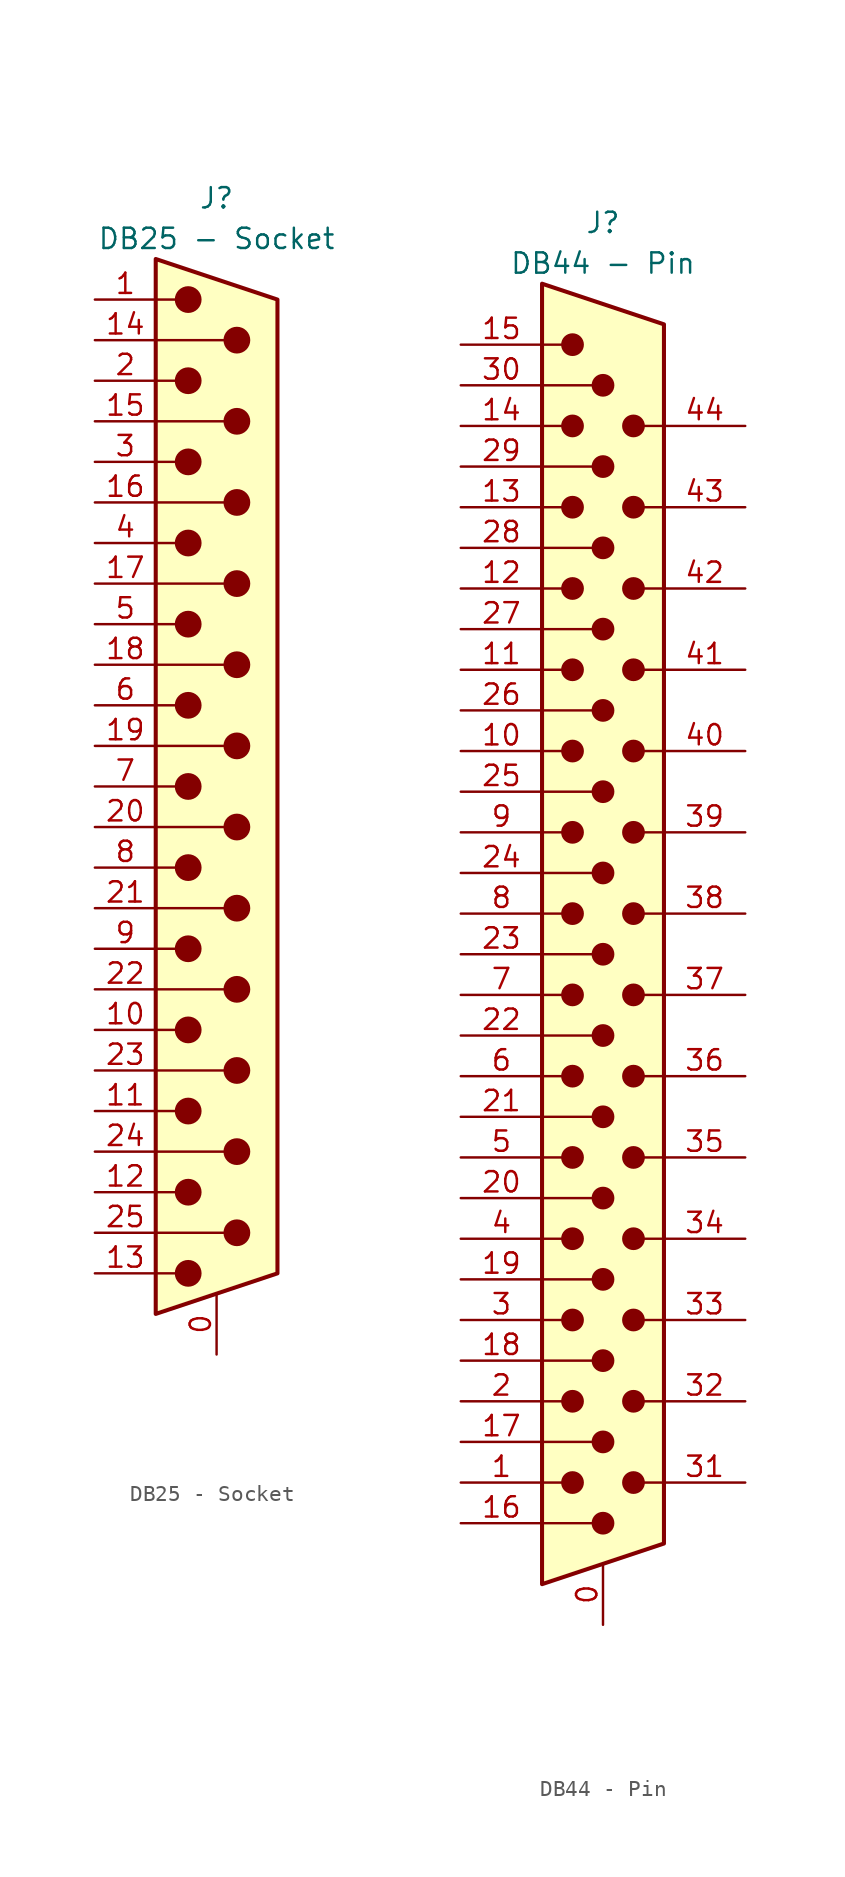
<source format=kicad_sym>
(kicad_symbol_lib
  (version 20220914)
  (generator kicad_symbol_editor)
  (symbol "DB25 - Socket"
    (pin_names
      (offset 1.016) hide)
    (property "Reference" "J"
      (at 0 34.29 0)
      (effects (font (size 1.27 1.27))))
    (property "Value" "DB25 - Socket"
      (at 0 31.75 0)
      (effects (font (size 1.27 1.27))))
    (symbol "DB25 - Socket_0_1"
      (circle (center -1.778 -33.02) (radius 0.762) (stroke (width 0) (type default)) (fill (type outline)))
      (circle (center -1.778 -27.94) (radius 0.762) (stroke (width 0) (type default)) (fill (type outline)))
      (circle (center -1.778 -22.86) (radius 0.762) (stroke (width 0) (type default)) (fill (type outline)))
      (circle (center -1.778 -17.78) (radius 0.762) (stroke (width 0) (type default)) (fill (type outline)))
      (circle (center -1.778 -12.7) (radius 0.762) (stroke (width 0) (type default)) (fill (type outline)))
      (circle (center -1.778 -7.62) (radius 0.762) (stroke (width 0) (type default)) (fill (type outline)))
      (circle (center -1.778 -2.54) (radius 0.762) (stroke (width 0) (type default)) (fill (type outline)))
      (circle (center -1.778 2.54) (radius 0.762) (stroke (width 0) (type default)) (fill (type outline)))
      (circle (center -1.778 7.62) (radius 0.762) (stroke (width 0) (type default)) (fill (type outline)))
      (circle (center -1.778 12.7) (radius 0.762) (stroke (width 0) (type default)) (fill (type outline)))
      (circle (center -1.778 17.78) (radius 0.762) (stroke (width 0) (type default)) (fill (type outline)))
      (circle (center -1.778 22.86) (radius 0.762) (stroke (width 0) (type default)) (fill (type outline)))
      (circle (center -1.778 27.94) (radius 0.762) (stroke (width 0) (type default)) (fill (type outline)))
      (polyline (pts (xy -3.81 -33.02) (xy -1.27 -33.02)) (stroke (width 0) (type default)) (fill (type none)))
      (polyline (pts (xy -3.81 -30.48) (xy 1.27 -30.48)) (stroke (width 0) (type default)) (fill (type none)))
      (polyline (pts (xy -3.81 -27.94) (xy -1.27 -27.94)) (stroke (width 0) (type default)) (fill (type none)))
      (polyline (pts (xy -3.81 -25.4) (xy 1.27 -25.4)) (stroke (width 0) (type default)) (fill (type none)))
      (polyline (pts (xy -3.81 -22.86) (xy -1.27 -22.86)) (stroke (width 0) (type default)) (fill (type none)))
      (polyline (pts (xy -3.81 -20.32) (xy 1.27 -20.32)) (stroke (width 0) (type default)) (fill (type none)))
      (polyline (pts (xy -3.81 -17.78) (xy -1.27 -17.78)) (stroke (width 0) (type default)) (fill (type none)))
      (polyline (pts (xy -3.81 -15.24) (xy 1.27 -15.24)) (stroke (width 0) (type default)) (fill (type none)))
      (polyline (pts (xy -3.81 -12.7) (xy -1.27 -12.7)) (stroke (width 0) (type default)) (fill (type none)))
      (polyline (pts (xy -3.81 -10.16) (xy 1.27 -10.16)) (stroke (width 0) (type default)) (fill (type none)))
      (polyline (pts (xy -3.81 -7.62) (xy -1.27 -7.62)) (stroke (width 0) (type default)) (fill (type none)))
      (polyline (pts (xy -3.81 -5.08) (xy 1.27 -5.08)) (stroke (width 0) (type default)) (fill (type none)))
      (polyline (pts (xy -3.81 -2.54) (xy -1.27 -2.54)) (stroke (width 0) (type default)) (fill (type none)))
      (polyline (pts (xy -3.81 0) (xy 1.27 0)) (stroke (width 0) (type default)) (fill (type none)))
      (polyline (pts (xy -3.81 2.54) (xy -1.27 2.54)) (stroke (width 0) (type default)) (fill (type none)))
      (polyline (pts (xy -3.81 5.08) (xy 1.27 5.08)) (stroke (width 0) (type default)) (fill (type none)))
      (polyline (pts (xy -3.81 7.62) (xy -1.27 7.62)) (stroke (width 0) (type default)) (fill (type none)))
      (polyline (pts (xy -3.81 10.16) (xy 1.27 10.16)) (stroke (width 0) (type default)) (fill (type none)))
      (polyline (pts (xy -3.81 12.7) (xy -1.27 12.7)) (stroke (width 0) (type default)) (fill (type none)))
      (polyline (pts (xy -3.81 15.24) (xy 1.27 15.24)) (stroke (width 0) (type default)) (fill (type none)))
      (polyline (pts (xy -3.81 17.78) (xy -1.27 17.78)) (stroke (width 0) (type default)) (fill (type none)))
      (polyline (pts (xy -3.81 20.32) (xy 1.27 20.32)) (stroke (width 0) (type default)) (fill (type none)))
      (polyline (pts (xy -3.81 22.86) (xy -1.27 22.86)) (stroke (width 0) (type default)) (fill (type none)))
      (polyline (pts (xy -3.81 25.4) (xy 1.27 25.4)) (stroke (width 0) (type default)) (fill (type none)))
      (polyline (pts (xy -3.81 27.94) (xy -1.27 27.94)) (stroke (width 0) (type default)) (fill (type none)))
      (polyline (pts (xy -3.81 30.48) (xy -3.81 -35.56) (xy 3.81 -33.02) (xy 3.81 27.94) (xy -3.81 30.48)) (stroke (width 0.254) (type default)) (fill (type background)))
      (circle (center 1.27 -30.48) (radius 0.762) (stroke (width 0) (type default)) (fill (type outline)))
      (circle (center 1.27 -25.4) (radius 0.762) (stroke (width 0) (type default)) (fill (type outline)))
      (circle (center 1.27 -20.32) (radius 0.762) (stroke (width 0) (type default)) (fill (type outline)))
      (circle (center 1.27 -15.24) (radius 0.762) (stroke (width 0) (type default)) (fill (type outline)))
      (circle (center 1.27 -10.16) (radius 0.762) (stroke (width 0) (type default)) (fill (type outline)))
      (circle (center 1.27 -5.08) (radius 0.762) (stroke (width 0) (type default)) (fill (type outline)))
      (circle (center 1.27 0) (radius 0.762) (stroke (width 0) (type default)) (fill (type outline)))
      (circle (center 1.27 5.08) (radius 0.762) (stroke (width 0) (type default)) (fill (type outline)))
      (circle (center 1.27 10.16) (radius 0.762) (stroke (width 0) (type default)) (fill (type outline)))
      (circle (center 1.27 15.24) (radius 0.762) (stroke (width 0) (type default)) (fill (type outline)))
      (circle (center 1.27 20.32) (radius 0.762) (stroke (width 0) (type default)) (fill (type outline)))
      (circle (center 1.27 25.4) (radius 0.762) (stroke (width 0) (type default)) (fill (type outline))))
    (symbol "DB25 - Socket_1_1"
      (pin passive line (at 0 -38.1 90) (length 3.81) (name "0" (effects (font (size 1.27 1.27)))) (number "0" (effects (font (size 1.27 1.27)))))
      (pin passive line (at -7.62 27.94 0) (length 3.81) (name "1" (effects (font (size 1.27 1.27)))) (number "1" (effects (font (size 1.27 1.27)))))
      (pin passive line (at -7.62 -17.78 0) (length 3.81) (name "10" (effects (font (size 1.27 1.27)))) (number "10" (effects (font (size 1.27 1.27)))))
      (pin passive line (at -7.62 -22.86 0) (length 3.81) (name "11" (effects (font (size 1.27 1.27)))) (number "11" (effects (font (size 1.27 1.27)))))
      (pin passive line (at -7.62 -27.94 0) (length 3.81) (name "12" (effects (font (size 1.27 1.27)))) (number "12" (effects (font (size 1.27 1.27)))))
      (pin passive line (at -7.62 -33.02 0) (length 3.81) (name "13" (effects (font (size 1.27 1.27)))) (number "13" (effects (font (size 1.27 1.27)))))
      (pin passive line (at -7.62 25.4 0) (length 3.81) (name "14" (effects (font (size 1.27 1.27)))) (number "14" (effects (font (size 1.27 1.27)))))
      (pin passive line (at -7.62 20.32 0) (length 3.81) (name "15" (effects (font (size 1.27 1.27)))) (number "15" (effects (font (size 1.27 1.27)))))
      (pin passive line (at -7.62 15.24 0) (length 3.81) (name "16" (effects (font (size 1.27 1.27)))) (number "16" (effects (font (size 1.27 1.27)))))
      (pin passive line (at -7.62 10.16 0) (length 3.81) (name "17" (effects (font (size 1.27 1.27)))) (number "17" (effects (font (size 1.27 1.27)))))
      (pin passive line (at -7.62 5.08 0) (length 3.81) (name "18" (effects (font (size 1.27 1.27)))) (number "18" (effects (font (size 1.27 1.27)))))
      (pin passive line (at -7.62 0 0) (length 3.81) (name "19" (effects (font (size 1.27 1.27)))) (number "19" (effects (font (size 1.27 1.27)))))
      (pin passive line (at -7.62 22.86 0) (length 3.81) (name "2" (effects (font (size 1.27 1.27)))) (number "2" (effects (font (size 1.27 1.27)))))
      (pin passive line (at -7.62 -5.08 0) (length 3.81) (name "20" (effects (font (size 1.27 1.27)))) (number "20" (effects (font (size 1.27 1.27)))))
      (pin passive line (at -7.62 -10.16 0) (length 3.81) (name "21" (effects (font (size 1.27 1.27)))) (number "21" (effects (font (size 1.27 1.27)))))
      (pin passive line (at -7.62 -15.24 0) (length 3.81) (name "22" (effects (font (size 1.27 1.27)))) (number "22" (effects (font (size 1.27 1.27)))))
      (pin passive line (at -7.62 -20.32 0) (length 3.81) (name "23" (effects (font (size 1.27 1.27)))) (number "23" (effects (font (size 1.27 1.27)))))
      (pin passive line (at -7.62 -25.4 0) (length 3.81) (name "24" (effects (font (size 1.27 1.27)))) (number "24" (effects (font (size 1.27 1.27)))))
      (pin passive line (at -7.62 -30.48 0) (length 3.81) (name "25" (effects (font (size 1.27 1.27)))) (number "25" (effects (font (size 1.27 1.27)))))
      (pin passive line (at -7.62 17.78 0) (length 3.81) (name "3" (effects (font (size 1.27 1.27)))) (number "3" (effects (font (size 1.27 1.27)))))
      (pin passive line (at -7.62 12.7 0) (length 3.81) (name "4" (effects (font (size 1.27 1.27)))) (number "4" (effects (font (size 1.27 1.27)))))
      (pin passive line (at -7.62 7.62 0) (length 3.81) (name "5" (effects (font (size 1.27 1.27)))) (number "5" (effects (font (size 1.27 1.27)))))
      (pin passive line (at -7.62 2.54 0) (length 3.81) (name "6" (effects (font (size 1.27 1.27)))) (number "6" (effects (font (size 1.27 1.27)))))
      (pin passive line (at -7.62 -2.54 0) (length 3.81) (name "7" (effects (font (size 1.27 1.27)))) (number "7" (effects (font (size 1.27 1.27)))))
      (pin passive line (at -7.62 -7.62 0) (length 3.81) (name "8" (effects (font (size 1.27 1.27)))) (number "8" (effects (font (size 1.27 1.27)))))
      (pin passive line (at -7.62 -12.7 0) (length 3.81) (name "9" (effects (font (size 1.27 1.27)))) (number "9" (effects (font (size 1.27 1.27)))))))
  (symbol "DB44 - Pin"
    (pin_names
      (offset 1.016) hide)
    (property "Reference" "J"
      (at 0 39.37 0)
      (effects (font (size 1.27 1.27))))
    (property "Value" "DB44 - Pin"
      (at 0 36.83 0)
      (effects (font (size 1.27 1.27))))
    (symbol "DB44 - Pin_0_1"
      (circle (center -1.905 -39.37) (radius 0.635) (stroke (width 0) (type default)) (fill (type outline)))
      (circle (center -1.905 -34.29) (radius 0.635) (stroke (width 0) (type default)) (fill (type outline)))
      (circle (center -1.905 -29.21) (radius 0.635) (stroke (width 0) (type default)) (fill (type outline)))
      (circle (center -1.905 -24.13) (radius 0.635) (stroke (width 0) (type default)) (fill (type outline)))
      (circle (center -1.905 -19.05) (radius 0.635) (stroke (width 0) (type default)) (fill (type outline)))
      (circle (center -1.905 -13.97) (radius 0.635) (stroke (width 0) (type default)) (fill (type outline)))
      (circle (center -1.905 -8.89) (radius 0.635) (stroke (width 0) (type default)) (fill (type outline)))
      (circle (center -1.905 -3.81) (radius 0.635) (stroke (width 0) (type default)) (fill (type outline)))
      (circle (center -1.905 1.27) (radius 0.635) (stroke (width 0) (type default)) (fill (type outline)))
      (circle (center -1.905 6.35) (radius 0.635) (stroke (width 0) (type default)) (fill (type outline)))
      (circle (center -1.905 11.43) (radius 0.635) (stroke (width 0) (type default)) (fill (type outline)))
      (circle (center -1.905 16.51) (radius 0.635) (stroke (width 0) (type default)) (fill (type outline)))
      (circle (center -1.905 21.59) (radius 0.635) (stroke (width 0) (type default)) (fill (type outline)))
      (circle (center -1.905 26.67) (radius 0.635) (stroke (width 0) (type default)) (fill (type outline)))
      (circle (center -1.905 31.75) (radius 0.635) (stroke (width 0) (type default)) (fill (type outline)))
      (circle (center 0 -41.91) (radius 0.635) (stroke (width 0) (type default)) (fill (type outline)))
      (circle (center 0 -36.83) (radius 0.635) (stroke (width 0) (type default)) (fill (type outline)))
      (circle (center 0 -31.75) (radius 0.635) (stroke (width 0) (type default)) (fill (type outline)))
      (circle (center 0 -26.67) (radius 0.635) (stroke (width 0) (type default)) (fill (type outline)))
      (circle (center 0 -21.59) (radius 0.635) (stroke (width 0) (type default)) (fill (type outline)))
      (circle (center 0 -16.51) (radius 0.635) (stroke (width 0) (type default)) (fill (type outline)))
      (circle (center 0 -11.43) (radius 0.635) (stroke (width 0) (type default)) (fill (type outline)))
      (circle (center 0 -6.35) (radius 0.635) (stroke (width 0) (type default)) (fill (type outline)))
      (circle (center 0 -1.27) (radius 0.635) (stroke (width 0) (type default)) (fill (type outline)))
      (polyline (pts (xy -2.54 -39.37) (xy -3.81 -39.37)) (stroke (width 0) (type default)) (fill (type none)))
      (polyline (pts (xy -2.54 -34.29) (xy -3.81 -34.29)) (stroke (width 0) (type default)) (fill (type none)))
      (polyline (pts (xy -2.54 -29.21) (xy -3.81 -29.21)) (stroke (width 0) (type default)) (fill (type none)))
      (polyline (pts (xy -2.54 -24.13) (xy -3.81 -24.13)) (stroke (width 0) (type default)) (fill (type none)))
      (polyline (pts (xy -2.54 -19.05) (xy -3.81 -19.05)) (stroke (width 0) (type default)) (fill (type none)))
      (polyline (pts (xy -2.54 -13.97) (xy -3.81 -13.97)) (stroke (width 0) (type default)) (fill (type none)))
      (polyline (pts (xy -2.54 -8.89) (xy -3.81 -8.89)) (stroke (width 0) (type default)) (fill (type none)))
      (polyline (pts (xy -2.54 -3.81) (xy -3.81 -3.81)) (stroke (width 0) (type default)) (fill (type none)))
      (polyline (pts (xy -2.54 1.27) (xy -3.81 1.27)) (stroke (width 0) (type default)) (fill (type none)))
      (polyline (pts (xy -2.54 6.35) (xy -3.81 6.35)) (stroke (width 0) (type default)) (fill (type none)))
      (polyline (pts (xy -2.54 11.43) (xy -3.81 11.43)) (stroke (width 0) (type default)) (fill (type none)))
      (polyline (pts (xy -2.54 16.51) (xy -3.81 16.51)) (stroke (width 0) (type default)) (fill (type none)))
      (polyline (pts (xy -2.54 21.59) (xy -3.81 21.59)) (stroke (width 0) (type default)) (fill (type none)))
      (polyline (pts (xy -2.54 26.67) (xy -3.81 26.67)) (stroke (width 0) (type default)) (fill (type none)))
      (polyline (pts (xy -2.54 31.75) (xy -3.81 31.75)) (stroke (width 0) (type default)) (fill (type none)))
      (polyline (pts (xy 0 -41.91) (xy -3.81 -41.91)) (stroke (width 0) (type default)) (fill (type none)))
      (polyline (pts (xy 0 -36.83) (xy -3.81 -36.83)) (stroke (width 0) (type default)) (fill (type none)))
      (polyline (pts (xy 0 -31.75) (xy -3.81 -31.75)) (stroke (width 0) (type default)) (fill (type none)))
      (polyline (pts (xy 0 -26.67) (xy -3.81 -26.67)) (stroke (width 0) (type default)) (fill (type none)))
      (polyline (pts (xy 0 -21.59) (xy -3.81 -21.59)) (stroke (width 0) (type default)) (fill (type none)))
      (polyline (pts (xy 0 -16.51) (xy -3.81 -16.51)) (stroke (width 0) (type default)) (fill (type none)))
      (polyline (pts (xy 0 -11.43) (xy -3.81 -11.43)) (stroke (width 0) (type default)) (fill (type none)))
      (polyline (pts (xy 0 -6.35) (xy -3.81 -6.35)) (stroke (width 0) (type default)) (fill (type none)))
      (polyline (pts (xy 0 -1.27) (xy -3.81 -1.27)) (stroke (width 0) (type default)) (fill (type none)))
      (polyline (pts (xy 0 3.81) (xy -3.81 3.81)) (stroke (width 0) (type default)) (fill (type none)))
      (polyline (pts (xy 0 8.89) (xy -3.81 8.89)) (stroke (width 0) (type default)) (fill (type none)))
      (polyline (pts (xy 0 13.97) (xy -3.81 13.97)) (stroke (width 0) (type default)) (fill (type none)))
      (polyline (pts (xy 0 19.05) (xy -3.81 19.05)) (stroke (width 0) (type default)) (fill (type none)))
      (polyline (pts (xy 0 24.13) (xy -3.81 24.13)) (stroke (width 0) (type default)) (fill (type none)))
      (polyline (pts (xy 0 29.21) (xy -3.81 29.21)) (stroke (width 0) (type default)) (fill (type none)))
      (polyline (pts (xy 3.81 -39.37) (xy 2.54 -39.37)) (stroke (width 0) (type default)) (fill (type none)))
      (polyline (pts (xy 3.81 -34.29) (xy 2.54 -34.29)) (stroke (width 0) (type default)) (fill (type none)))
      (polyline (pts (xy 3.81 -29.21) (xy 2.54 -29.21)) (stroke (width 0) (type default)) (fill (type none)))
      (polyline (pts (xy 3.81 -24.13) (xy 2.54 -24.13)) (stroke (width 0) (type default)) (fill (type none)))
      (polyline (pts (xy 3.81 -19.05) (xy 2.54 -19.05)) (stroke (width 0) (type default)) (fill (type none)))
      (polyline (pts (xy 3.81 -13.97) (xy 2.54 -13.97)) (stroke (width 0) (type default)) (fill (type none)))
      (polyline (pts (xy 3.81 -8.89) (xy 2.54 -8.89)) (stroke (width 0) (type default)) (fill (type none)))
      (polyline (pts (xy 3.81 -3.81) (xy 2.54 -3.81)) (stroke (width 0) (type default)) (fill (type none)))
      (polyline (pts (xy 3.81 1.27) (xy 2.54 1.27)) (stroke (width 0) (type default)) (fill (type none)))
      (polyline (pts (xy 3.81 6.35) (xy 2.54 6.35)) (stroke (width 0) (type default)) (fill (type none)))
      (polyline (pts (xy 3.81 11.43) (xy 2.54 11.43)) (stroke (width 0) (type default)) (fill (type none)))
      (polyline (pts (xy 3.81 16.51) (xy 2.54 16.51)) (stroke (width 0) (type default)) (fill (type none)))
      (polyline (pts (xy 3.81 21.59) (xy 2.54 21.59)) (stroke (width 0) (type default)) (fill (type none)))
      (polyline (pts (xy 3.81 26.67) (xy 2.54 26.67)) (stroke (width 0) (type default)) (fill (type none)))
      (polyline (pts (xy -3.81 35.56) (xy -3.81 -45.72) (xy 3.81 -43.18) (xy 3.81 33.02) (xy -3.81 35.56)) (stroke (width 0.254) (type default)) (fill (type background)))
      (circle (center 0 3.81) (radius 0.635) (stroke (width 0) (type default)) (fill (type outline)))
      (circle (center 0 8.89) (radius 0.635) (stroke (width 0) (type default)) (fill (type outline)))
      (circle (center 0 13.97) (radius 0.635) (stroke (width 0) (type default)) (fill (type outline)))
      (circle (center 0 19.05) (radius 0.635) (stroke (width 0) (type default)) (fill (type outline)))
      (circle (center 0 24.13) (radius 0.635) (stroke (width 0) (type default)) (fill (type outline)))
      (circle (center 0 29.21) (radius 0.635) (stroke (width 0) (type default)) (fill (type outline)))
      (circle (center 1.905 -39.37) (radius 0.635) (stroke (width 0) (type default)) (fill (type outline)))
      (circle (center 1.905 -34.29) (radius 0.635) (stroke (width 0) (type default)) (fill (type outline)))
      (circle (center 1.905 -29.21) (radius 0.635) (stroke (width 0) (type default)) (fill (type outline)))
      (circle (center 1.905 -24.13) (radius 0.635) (stroke (width 0) (type default)) (fill (type outline)))
      (circle (center 1.905 -19.05) (radius 0.635) (stroke (width 0) (type default)) (fill (type outline)))
      (circle (center 1.905 -13.97) (radius 0.635) (stroke (width 0) (type default)) (fill (type outline)))
      (circle (center 1.905 -8.89) (radius 0.635) (stroke (width 0) (type default)) (fill (type outline)))
      (circle (center 1.905 -3.81) (radius 0.635) (stroke (width 0) (type default)) (fill (type outline)))
      (circle (center 1.905 1.27) (radius 0.635) (stroke (width 0) (type default)) (fill (type outline)))
      (circle (center 1.905 6.35) (radius 0.635) (stroke (width 0) (type default)) (fill (type outline)))
      (circle (center 1.905 11.43) (radius 0.635) (stroke (width 0) (type default)) (fill (type outline)))
      (circle (center 1.905 16.51) (radius 0.635) (stroke (width 0) (type default)) (fill (type outline)))
      (circle (center 1.905 21.59) (radius 0.635) (stroke (width 0) (type default)) (fill (type outline)))
      (circle (center 1.905 26.67) (radius 0.635) (stroke (width 0) (type default)) (fill (type outline))))
    (symbol "DB44 - Pin_1_1"
      (pin passive line (at 0 -48.26 90) (length 3.81) (name "0" (effects (font (size 1.27 1.27)))) (number "0" (effects (font (size 1.27 1.27)))))
      (pin passive line (at -8.89 -39.37 0) (length 5.08) (name "1" (effects (font (size 1.27 1.27)))) (number "1" (effects (font (size 1.27 1.27)))))
      (pin passive line (at -8.89 6.35 0) (length 5.08) (name "10" (effects (font (size 1.27 1.27)))) (number "10" (effects (font (size 1.27 1.27)))))
      (pin passive line (at -8.89 11.43 0) (length 5.08) (name "11" (effects (font (size 1.27 1.27)))) (number "11" (effects (font (size 1.27 1.27)))))
      (pin passive line (at -8.89 16.51 0) (length 5.08) (name "12" (effects (font (size 1.27 1.27)))) (number "12" (effects (font (size 1.27 1.27)))))
      (pin passive line (at -8.89 21.59 0) (length 5.08) (name "13" (effects (font (size 1.27 1.27)))) (number "13" (effects (font (size 1.27 1.27)))))
      (pin passive line (at -8.89 26.67 0) (length 5.08) (name "14" (effects (font (size 1.27 1.27)))) (number "14" (effects (font (size 1.27 1.27)))))
      (pin passive line (at -8.89 31.75 0) (length 5.08) (name "15" (effects (font (size 1.27 1.27)))) (number "15" (effects (font (size 1.27 1.27)))))
      (pin passive line (at -8.89 -41.91 0) (length 5.08) (name "16" (effects (font (size 1.27 1.27)))) (number "16" (effects (font (size 1.27 1.27)))))
      (pin passive line (at -8.89 -36.83 0) (length 5.08) (name "17" (effects (font (size 1.27 1.27)))) (number "17" (effects (font (size 1.27 1.27)))))
      (pin passive line (at -8.89 -31.75 0) (length 5.08) (name "18" (effects (font (size 1.27 1.27)))) (number "18" (effects (font (size 1.27 1.27)))))
      (pin passive line (at -8.89 -26.67 0) (length 5.08) (name "19" (effects (font (size 1.27 1.27)))) (number "19" (effects (font (size 1.27 1.27)))))
      (pin passive line (at -8.89 -34.29 0) (length 5.08) (name "2" (effects (font (size 1.27 1.27)))) (number "2" (effects (font (size 1.27 1.27)))))
      (pin passive line (at -8.89 -21.59 0) (length 5.08) (name "20" (effects (font (size 1.27 1.27)))) (number "20" (effects (font (size 1.27 1.27)))))
      (pin passive line (at -8.89 -16.51 0) (length 5.08) (name "21" (effects (font (size 1.27 1.27)))) (number "21" (effects (font (size 1.27 1.27)))))
      (pin passive line (at -8.89 -11.43 0) (length 5.08) (name "22" (effects (font (size 1.27 1.27)))) (number "22" (effects (font (size 1.27 1.27)))))
      (pin passive line (at -8.89 -6.35 0) (length 5.08) (name "23" (effects (font (size 1.27 1.27)))) (number "23" (effects (font (size 1.27 1.27)))))
      (pin passive line (at -8.89 -1.27 0) (length 5.08) (name "24" (effects (font (size 1.27 1.27)))) (number "24" (effects (font (size 1.27 1.27)))))
      (pin passive line (at -8.89 3.81 0) (length 5.08) (name "25" (effects (font (size 1.27 1.27)))) (number "25" (effects (font (size 1.27 1.27)))))
      (pin passive line (at -8.89 8.89 0) (length 5.08) (name "26" (effects (font (size 1.27 1.27)))) (number "26" (effects (font (size 1.27 1.27)))))
      (pin passive line (at -8.89 13.97 0) (length 5.08) (name "27" (effects (font (size 1.27 1.27)))) (number "27" (effects (font (size 1.27 1.27)))))
      (pin passive line (at -8.89 19.05 0) (length 5.08) (name "28" (effects (font (size 1.27 1.27)))) (number "28" (effects (font (size 1.27 1.27)))))
      (pin passive line (at -8.89 24.13 0) (length 5.08) (name "29" (effects (font (size 1.27 1.27)))) (number "29" (effects (font (size 1.27 1.27)))))
      (pin passive line (at -8.89 -29.21 0) (length 5.08) (name "3" (effects (font (size 1.27 1.27)))) (number "3" (effects (font (size 1.27 1.27)))))
      (pin passive line (at -8.89 29.21 0) (length 5.08) (name "30" (effects (font (size 1.27 1.27)))) (number "30" (effects (font (size 1.27 1.27)))))
      (pin passive line (at 8.89 -39.37 180) (length 5.08) (name "31" (effects (font (size 1.27 1.27)))) (number "31" (effects (font (size 1.27 1.27)))))
      (pin passive line (at 8.89 -34.29 180) (length 5.08) (name "32" (effects (font (size 1.27 1.27)))) (number "32" (effects (font (size 1.27 1.27)))))
      (pin passive line (at 8.89 -29.21 180) (length 5.08) (name "33" (effects (font (size 1.27 1.27)))) (number "33" (effects (font (size 1.27 1.27)))))
      (pin passive line (at 8.89 -24.13 180) (length 5.08) (name "34" (effects (font (size 1.27 1.27)))) (number "34" (effects (font (size 1.27 1.27)))))
      (pin passive line (at 8.89 -19.05 180) (length 5.08) (name "35" (effects (font (size 1.27 1.27)))) (number "35" (effects (font (size 1.27 1.27)))))
      (pin passive line (at 8.89 -13.97 180) (length 5.08) (name "36" (effects (font (size 1.27 1.27)))) (number "36" (effects (font (size 1.27 1.27)))))
      (pin passive line (at 8.89 -8.89 180) (length 5.08) (name "37" (effects (font (size 1.27 1.27)))) (number "37" (effects (font (size 1.27 1.27)))))
      (pin passive line (at 8.89 -3.81 180) (length 5.08) (name "38" (effects (font (size 1.27 1.27)))) (number "38" (effects (font (size 1.27 1.27)))))
      (pin passive line (at 8.89 1.27 180) (length 5.08) (name "39" (effects (font (size 1.27 1.27)))) (number "39" (effects (font (size 1.27 1.27)))))
      (pin passive line (at -8.89 -24.13 0) (length 5.08) (name "4" (effects (font (size 1.27 1.27)))) (number "4" (effects (font (size 1.27 1.27)))))
      (pin passive line (at 8.89 6.35 180) (length 5.08) (name "40" (effects (font (size 1.27 1.27)))) (number "40" (effects (font (size 1.27 1.27)))))
      (pin passive line (at 8.89 11.43 180) (length 5.08) (name "41" (effects (font (size 1.27 1.27)))) (number "41" (effects (font (size 1.27 1.27)))))
      (pin passive line (at 8.89 16.51 180) (length 5.08) (name "42" (effects (font (size 1.27 1.27)))) (number "42" (effects (font (size 1.27 1.27)))))
      (pin passive line (at 8.89 21.59 180) (length 5.08) (name "43" (effects (font (size 1.27 1.27)))) (number "43" (effects (font (size 1.27 1.27)))))
      (pin passive line (at 8.89 26.67 180) (length 5.08) (name "44" (effects (font (size 1.27 1.27)))) (number "44" (effects (font (size 1.27 1.27)))))
      (pin passive line (at -8.89 -19.05 0) (length 5.08) (name "5" (effects (font (size 1.27 1.27)))) (number "5" (effects (font (size 1.27 1.27)))))
      (pin passive line (at -8.89 -13.97 0) (length 5.08) (name "6" (effects (font (size 1.27 1.27)))) (number "6" (effects (font (size 1.27 1.27)))))
      (pin passive line (at -8.89 -8.89 0) (length 5.08) (name "7" (effects (font (size 1.27 1.27)))) (number "7" (effects (font (size 1.27 1.27)))))
      (pin passive line (at -8.89 -3.81 0) (length 5.08) (name "8" (effects (font (size 1.27 1.27)))) (number "8" (effects (font (size 1.27 1.27)))))
      (pin passive line (at -8.89 1.27 0) (length 5.08) (name "9" (effects (font (size 1.27 1.27)))) (number "9" (effects (font (size 1.27 1.27))))))))
</source>
